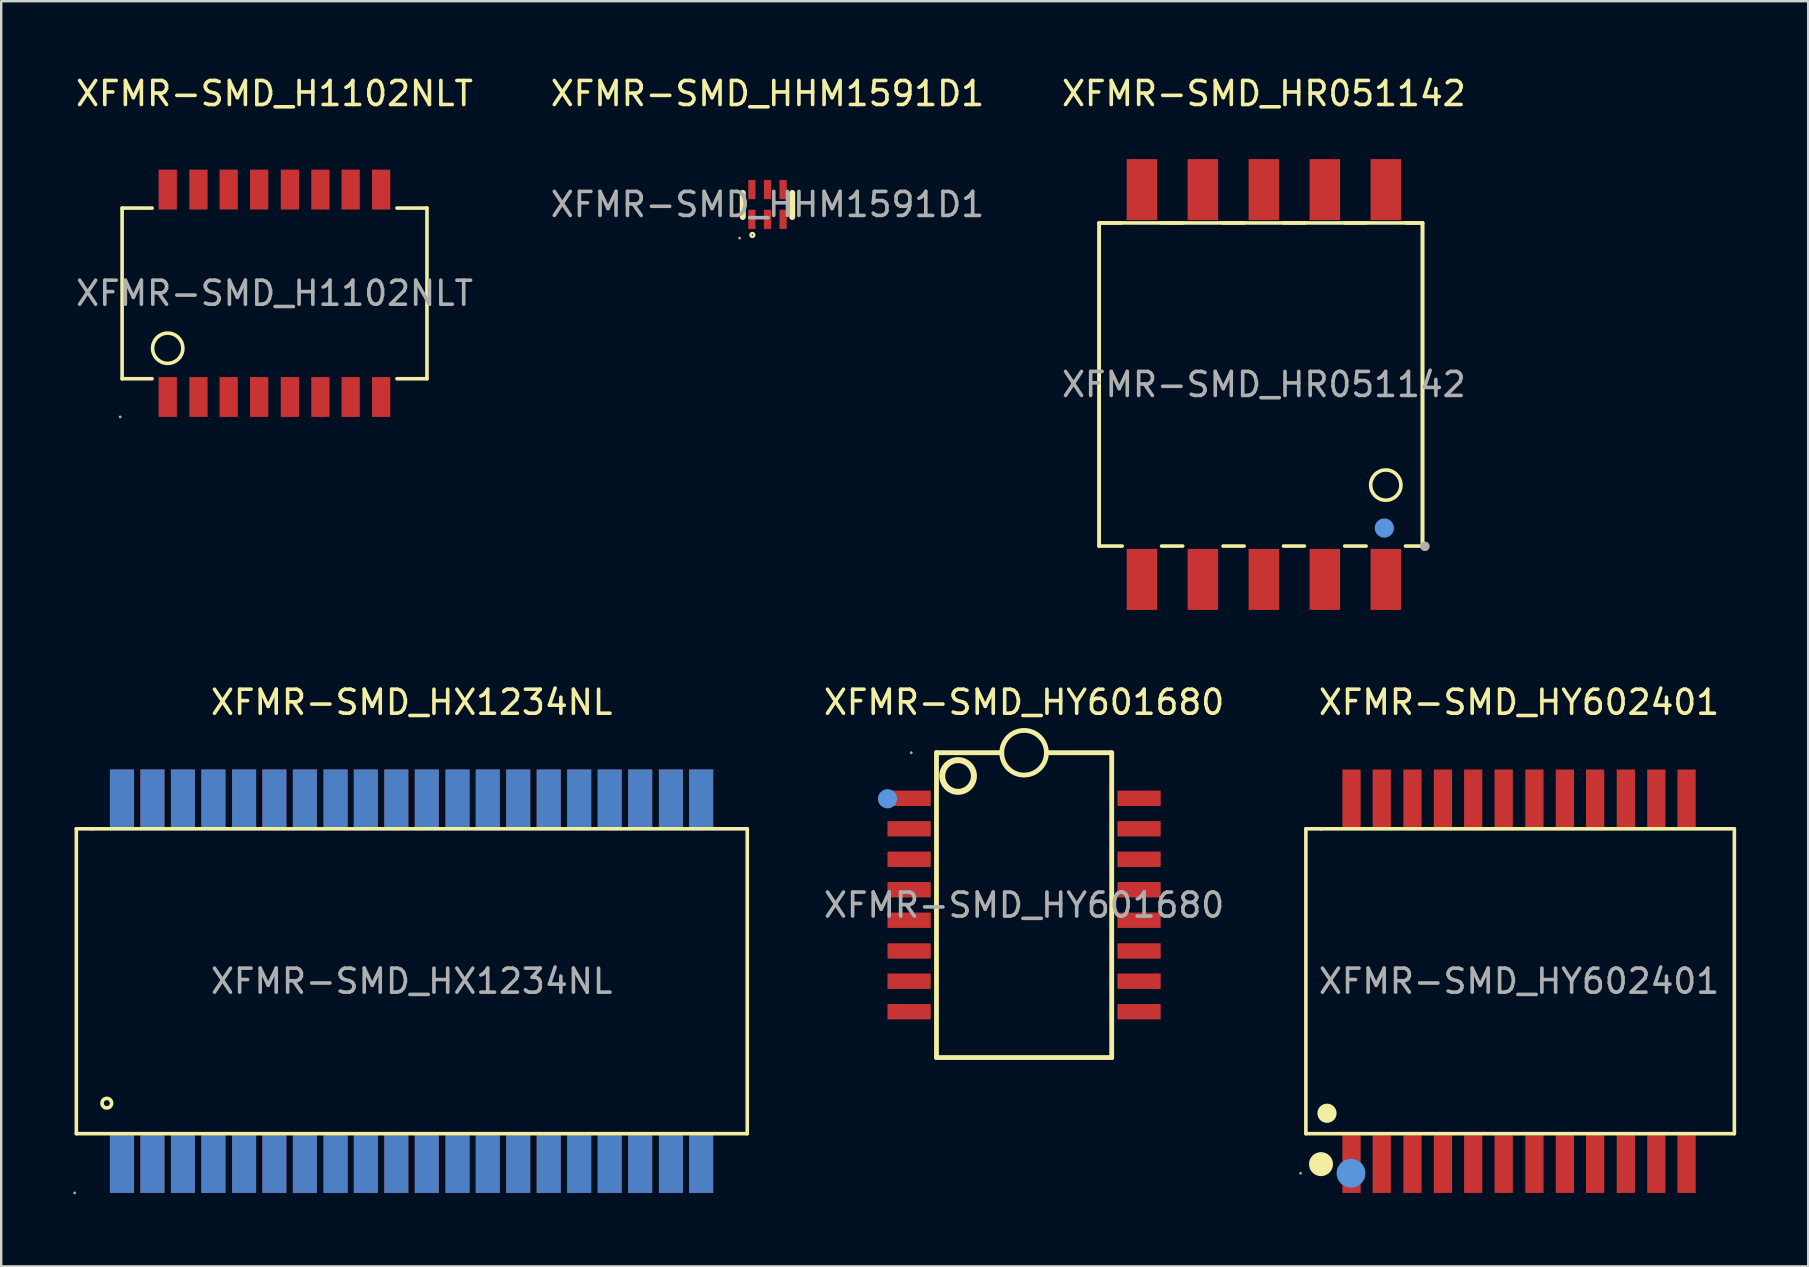
<source format=kicad_pcb>
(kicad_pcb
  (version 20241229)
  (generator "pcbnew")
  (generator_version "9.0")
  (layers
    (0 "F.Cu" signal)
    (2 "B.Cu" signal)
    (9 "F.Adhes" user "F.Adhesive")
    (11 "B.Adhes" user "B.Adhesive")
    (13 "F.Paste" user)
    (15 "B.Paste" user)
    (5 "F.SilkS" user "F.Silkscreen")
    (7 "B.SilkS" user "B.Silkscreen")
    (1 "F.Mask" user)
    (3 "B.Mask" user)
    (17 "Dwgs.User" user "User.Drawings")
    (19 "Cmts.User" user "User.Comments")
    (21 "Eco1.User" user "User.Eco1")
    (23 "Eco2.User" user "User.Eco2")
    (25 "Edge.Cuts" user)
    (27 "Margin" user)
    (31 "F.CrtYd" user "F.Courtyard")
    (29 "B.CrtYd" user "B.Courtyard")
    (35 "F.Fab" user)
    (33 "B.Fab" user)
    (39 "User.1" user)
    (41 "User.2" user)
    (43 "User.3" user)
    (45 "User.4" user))
  (footprint "XFMR-SMD_HX1234NL"
    (layer "F.Cu")
    (at 14.1 37.827)
    (property "Reference" "XFMR-SMD_HX1234NL" (at 0 -11.62 0) (layer "F.SilkS") (effects (font (size 1 1) (thickness 0.15))))
    (attr through_hole)
    (fp_line (start -13.97 -6.35) (end -13.97 6.35) (stroke (width 0.15) (type solid)) (layer "F.SilkS"))
    (fp_line (start -13.97 6.35) (end 13.98 6.35) (stroke (width 0.15) (type solid)) (layer "F.SilkS"))
    (fp_line (start -13.34 -6.35) (end -13.97 -6.35) (stroke (width 0.15) (type solid)) (layer "F.SilkS"))
    (fp_line (start 13.98 -6.35) (end -13.34 -6.35) (stroke (width 0.15) (type solid)) (layer "F.SilkS"))
    (fp_line (start 13.98 6.35) (end 13.98 -6.35) (stroke (width 0.15) (type solid)) (layer "F.SilkS"))
    (fp_circle (center -12.7 5.08) (end -12.5 5.08) (stroke (width 0.15) (type solid)) (fill no) (layer "F.SilkS"))
    (fp_circle (center -14.04 8.82) (end -14.01 8.82) (stroke (width 0.06) (type solid)) (fill no) (layer "F.Fab"))
    (fp_text user "${REFERENCE}" (at 0 0 0) (layer "F.Fab") (effects (font (size 1 1) (thickness 0.15))))
    (pad "1" thru_hole rect (at -12.07 7.62 180) (size 1 2.4) (drill 0.001) (layers "F.Cu" "F.Mask" "F.Paste"))
    (pad "2" thru_hole rect (at -10.8 7.62 180) (size 1 2.4) (drill 0.001) (layers "F.Cu" "F.Mask" "F.Paste"))
    (pad "3" thru_hole rect (at -9.53 7.62 180) (size 1 2.4) (drill 0.001) (layers "F.Cu" "F.Mask" "F.Paste"))
    (pad "4" thru_hole rect (at -8.26 7.62 180) (size 1 2.4) (drill 0.001) (layers "F.Cu" "F.Mask" "F.Paste"))
    (pad "5" thru_hole rect (at -6.98 7.62 180) (size 1 2.4) (drill 0.001) (layers "F.Cu" "F.Mask" "F.Paste"))
    (pad "6" thru_hole rect (at -5.72 7.62 180) (size 1 2.4) (drill 0.001) (layers "F.Cu" "F.Mask" "F.Paste"))
    (pad "7" thru_hole rect (at -4.45 7.62 180) (size 1 2.4) (drill 0.001) (layers "F.Cu" "F.Mask" "F.Paste"))
    (pad "8" thru_hole rect (at -3.17 7.62 180) (size 1 2.4) (drill 0.001) (layers "F.Cu" "F.Mask" "F.Paste"))
    (pad "9" thru_hole rect (at -1.91 7.62 180) (size 1 2.4) (drill 0.001) (layers "F.Cu" "F.Mask" "F.Paste"))
    (pad "10" thru_hole rect (at -0.64 7.62 180) (size 1 2.4) (drill 0.001) (layers "F.Cu" "F.Mask" "F.Paste"))
    (pad "11" thru_hole rect (at 0.63 7.62 180) (size 1 2.4) (drill 0.001) (layers "F.Cu" "F.Mask" "F.Paste"))
    (pad "12" thru_hole rect (at 1.91 7.62 180) (size 1 2.4) (drill 0.001) (layers "F.Cu" "F.Mask" "F.Paste"))
    (pad "13" thru_hole rect (at 3.17 7.62 180) (size 1 2.4) (drill 0.001) (layers "F.Cu" "F.Mask" "F.Paste"))
    (pad "14" thru_hole rect (at 4.44 7.62 180) (size 1 2.4) (drill 0.001) (layers "F.Cu" "F.Mask" "F.Paste"))
    (pad "15" thru_hole rect (at 5.71 7.62 180) (size 1 2.4) (drill 0.001) (layers "F.Cu" "F.Mask" "F.Paste"))
    (pad "16" thru_hole rect (at 6.98 7.62 180) (size 1 2.4) (drill 0.001) (layers "F.Cu" "F.Mask" "F.Paste"))
    (pad "17" thru_hole rect (at 8.25 7.62 180) (size 1 2.4) (drill 0.001) (layers "F.Cu" "F.Mask" "F.Paste"))
    (pad "18" thru_hole rect (at 9.52 7.62 180) (size 1 2.4) (drill 0.001) (layers "F.Cu" "F.Mask" "F.Paste"))
    (pad "19" thru_hole rect (at 10.8 7.62 180) (size 1 2.4) (drill 0.001) (layers "F.Cu" "F.Mask" "F.Paste"))
    (pad "20" thru_hole rect (at 12.06 7.62 180) (size 1 2.4) (drill 0.001) (layers "F.Cu" "F.Mask" "F.Paste"))
    (pad "21" thru_hole rect (at 12.06 -7.62 180) (size 1 2.4) (drill 0.001) (layers "F.Cu" "F.Mask" "F.Paste"))
    (pad "22" thru_hole rect (at 10.8 -7.62 180) (size 1 2.4) (drill 0.001) (layers "F.Cu" "F.Mask" "F.Paste"))
    (pad "23" thru_hole rect (at 9.52 -7.62 180) (size 1 2.4) (drill 0.001) (layers "F.Cu" "F.Mask" "F.Paste"))
    (pad "24" thru_hole rect (at 8.25 -7.62 180) (size 1 2.4) (drill 0.001) (layers "F.Cu" "F.Mask" "F.Paste"))
    (pad "25" thru_hole rect (at 6.98 -7.62 180) (size 1 2.4) (drill 0.001) (layers "F.Cu" "F.Mask" "F.Paste"))
    (pad "26" thru_hole rect (at 5.71 -7.62 180) (size 1 2.4) (drill 0.001) (layers "F.Cu" "F.Mask" "F.Paste"))
    (pad "27" thru_hole rect (at 4.44 -7.62 180) (size 1 2.4) (drill 0.001) (layers "F.Cu" "F.Mask" "F.Paste"))
    (pad "28" thru_hole rect (at 3.17 -7.62 180) (size 1 2.4) (drill 0.001) (layers "F.Cu" "F.Mask" "F.Paste"))
    (pad "29" thru_hole rect (at 1.91 -7.62 180) (size 1 2.4) (drill 0.001) (layers "F.Cu" "F.Mask" "F.Paste"))
    (pad "30" thru_hole rect (at 0.63 -7.62 180) (size 1 2.4) (drill 0.001) (layers "F.Cu" "F.Mask" "F.Paste"))
    (pad "31" thru_hole rect (at -0.64 -7.62 180) (size 1 2.4) (drill 0.001) (layers "F.Cu" "F.Mask" "F.Paste"))
    (pad "32" thru_hole rect (at -1.91 -7.62 180) (size 1 2.4) (drill 0.001) (layers "F.Cu" "F.Mask" "F.Paste"))
    (pad "33" thru_hole rect (at -3.17 -7.62 180) (size 1 2.4) (drill 0.001) (layers "F.Cu" "F.Mask" "F.Paste"))
    (pad "34" thru_hole rect (at -4.45 -7.62 180) (size 1 2.4) (drill 0.001) (layers "F.Cu" "F.Mask" "F.Paste"))
    (pad "35" thru_hole rect (at -5.72 -7.62 180) (size 1 2.4) (drill 0.001) (layers "F.Cu" "F.Mask" "F.Paste"))
    (pad "36" thru_hole rect (at -6.98 -7.62 180) (size 1 2.4) (drill 0.001) (layers "F.Cu" "F.Mask" "F.Paste"))
    (pad "37" thru_hole rect (at -8.26 -7.62 180) (size 1 2.4) (drill 0.001) (layers "F.Cu" "F.Mask" "F.Paste"))
    (pad "38" thru_hole rect (at -9.53 -7.62 180) (size 1 2.4) (drill 0.001) (layers "F.Cu" "F.Mask" "F.Paste"))
    (pad "39" thru_hole rect (at -10.8 -7.62 180) (size 1 2.4) (drill 0.001) (layers "F.Cu" "F.Mask" "F.Paste"))
    (pad "40" thru_hole rect (at -12.07 -7.62 180) (size 1 2.4) (drill 0.001) (layers "F.Cu" "F.Mask" "F.Paste")))
  (footprint "XFMR-SMD_H1102NLT"
    (layer "F.Cu")
    (at 8.387 9.168)
    (property "Reference" "XFMR-SMD_H1102NLT" (at 0 -8.32 0) (layer "F.SilkS") (effects (font (size 1 1) (thickness 0.15))))
    (attr through_hole)
    (fp_line (start -6.35 3.56) (end -6.35 -3.55) (stroke (width 0.15) (type solid)) (layer "F.SilkS"))
    (fp_line (start -5.1 -3.55) (end -6.35 -3.55) (stroke (width 0.15) (type solid)) (layer "F.SilkS"))
    (fp_line (start -5.1 3.56) (end -6.35 3.56) (stroke (width 0.15) (type solid)) (layer "F.SilkS"))
    (fp_line (start 6.35 -3.55) (end 5.1 -3.55) (stroke (width 0.15) (type solid)) (layer "F.SilkS"))
    (fp_line (start 6.35 3.56) (end 5.1 3.56) (stroke (width 0.15) (type solid)) (layer "F.SilkS"))
    (fp_line (start 6.35 3.56) (end 6.35 -3.55) (stroke (width 0.15) (type solid)) (layer "F.SilkS"))
    (fp_circle (center -4.45 2.29) (end -3.82 2.29) (stroke (width 0.15) (type solid)) (fill no) (layer "F.SilkS"))
    (fp_circle (center -6.43 5.15) (end -6.4 5.15) (stroke (width 0.06) (type solid)) (fill no) (layer "F.Fab"))
    (fp_text user "${REFERENCE}" (at 0 0 0) (layer "F.Fab") (effects (font (size 1 1) (thickness 0.15))))
    (pad "1" smd rect (at -4.45 4.32 180) (size 0.76 1.66) (layers "F.Cu" "F.Mask" "F.Paste"))
    (pad "2" smd rect (at -3.17 4.32 180) (size 0.76 1.66) (layers "F.Cu" "F.Mask" "F.Paste"))
    (pad "3" smd rect (at -1.91 4.32 180) (size 0.76 1.66) (layers "F.Cu" "F.Mask" "F.Paste"))
    (pad "4" smd rect (at -0.64 4.32 180) (size 0.76 1.66) (layers "F.Cu" "F.Mask" "F.Paste"))
    (pad "5" smd rect (at 0.64 4.32 180) (size 0.76 1.66) (layers "F.Cu" "F.Mask" "F.Paste"))
    (pad "6" smd rect (at 1.91 4.32 180) (size 0.76 1.66) (layers "F.Cu" "F.Mask" "F.Paste"))
    (pad "7" smd rect (at 3.17 4.32 180) (size 0.76 1.66) (layers "F.Cu" "F.Mask" "F.Paste"))
    (pad "8" smd rect (at 4.44 4.32 180) (size 0.76 1.66) (layers "F.Cu" "F.Mask" "F.Paste"))
    (pad "9" smd rect (at 4.44 -4.32 180) (size 0.76 1.66) (layers "F.Cu" "F.Mask" "F.Paste"))
    (pad "10" smd rect (at 3.17 -4.32 180) (size 0.76 1.66) (layers "F.Cu" "F.Mask" "F.Paste"))
    (pad "11" smd rect (at 1.91 -4.32 180) (size 0.76 1.66) (layers "F.Cu" "F.Mask" "F.Paste"))
    (pad "12" smd rect (at 0.64 -4.32 180) (size 0.76 1.66) (layers "F.Cu" "F.Mask" "F.Paste"))
    (pad "13" smd rect (at -0.64 -4.32 180) (size 0.76 1.66) (layers "F.Cu" "F.Mask" "F.Paste"))
    (pad "14" smd rect (at -1.91 -4.32 180) (size 0.76 1.66) (layers "F.Cu" "F.Mask" "F.Paste"))
    (pad "15" smd rect (at -3.17 -4.32 180) (size 0.76 1.66) (layers "F.Cu" "F.Mask" "F.Paste"))
    (pad "16" smd rect (at -4.45 -4.32 180) (size 0.76 1.66) (layers "F.Cu" "F.Mask" "F.Paste")))
  (footprint "XFMR-SMD_HY601680"
    (layer "F.Cu")
    (at 39.613 34.657)
    (property "Reference" "XFMR-SMD_HY601680" (at 0 -8.45 0) (layer "F.SilkS") (effects (font (size 1 1) (thickness 0.15))))
    (attr through_hole)
    (fp_line (start -3.65 -6.35) (end -0.93 -6.35) (stroke (width 0.2) (type solid)) (layer "F.SilkS"))
    (fp_line (start -3.65 6.35) (end -3.65 -6.35) (stroke (width 0.2) (type solid)) (layer "F.SilkS"))
    (fp_line (start 0.93 -6.35) (end 3.65 -6.35) (stroke (width 0.2) (type solid)) (layer "F.SilkS"))
    (fp_line (start 3.65 -6.35) (end 3.65 6.35) (stroke (width 0.2) (type solid)) (layer "F.SilkS"))
    (fp_line (start 3.65 6.35) (end -3.65 6.35) (stroke (width 0.2) (type solid)) (layer "F.SilkS"))
    (fp_arc (start -2.09 -5.37) (mid -3.410076 -5.379977) (end -2.090001 -5.390045) (stroke (width 0.25) (type solid)) (layer "F.SilkS"))
    (fp_arc (start 0.929858 -6.333769) (mid -0.929964 -6.358116) (end 0.93 -6.35) (stroke (width 0.2) (type solid)) (layer "F.SilkS"))
    (fp_circle (center -5.69 -4.43) (end -5.49 -4.43) (stroke (width 0.4) (type solid)) (fill no) (layer "Cmts.User"))
    (fp_circle (center -4.7 -6.35) (end -4.67 -6.35) (stroke (width 0.06) (type solid)) (fill no) (layer "F.Fab"))
    (fp_text user "${REFERENCE}" (at 0 0 0) (layer "F.Fab") (effects (font (size 1 1) (thickness 0.15))))
    (pad "1" smd rect (at -4.79 -4.45 270) (size 0.64 1.8) (layers "F.Cu" "F.Mask" "F.Paste"))
    (pad "2" smd rect (at -4.79 -3.18 270) (size 0.64 1.8) (layers "F.Cu" "F.Mask" "F.Paste"))
    (pad "3" smd rect (at -4.79 -1.91 270) (size 0.64 1.8) (layers "F.Cu" "F.Mask" "F.Paste"))
    (pad "4" smd rect (at -4.79 -0.64 270) (size 0.64 1.8) (layers "F.Cu" "F.Mask" "F.Paste"))
    (pad "5" smd rect (at -4.79 0.63 270) (size 0.64 1.8) (layers "F.Cu" "F.Mask" "F.Paste"))
    (pad "6" smd rect (at -4.79 1.91 270) (size 0.64 1.8) (layers "F.Cu" "F.Mask" "F.Paste"))
    (pad "7" smd rect (at -4.79 3.17 270) (size 0.64 1.8) (layers "F.Cu" "F.Mask" "F.Paste"))
    (pad "8" smd rect (at -4.79 4.44 270) (size 0.64 1.8) (layers "F.Cu" "F.Mask" "F.Paste"))
    (pad "9" smd rect (at 4.79 4.44 270) (size 0.64 1.8) (layers "F.Cu" "F.Mask" "F.Paste"))
    (pad "10" smd rect (at 4.79 3.17 270) (size 0.64 1.8) (layers "F.Cu" "F.Mask" "F.Paste"))
    (pad "11" smd rect (at 4.79 1.91 270) (size 0.64 1.8) (layers "F.Cu" "F.Mask" "F.Paste"))
    (pad "12" smd rect (at 4.79 0.63 270) (size 0.64 1.8) (layers "F.Cu" "F.Mask" "F.Paste"))
    (pad "13" smd rect (at 4.79 -0.64 270) (size 0.64 1.8) (layers "F.Cu" "F.Mask" "F.Paste"))
    (pad "14" smd rect (at 4.79 -1.91 270) (size 0.64 1.8) (layers "F.Cu" "F.Mask" "F.Paste"))
    (pad "15" smd rect (at 4.79 -3.18 270) (size 0.64 1.8) (layers "F.Cu" "F.Mask" "F.Paste"))
    (pad "16" smd rect (at 4.79 -4.45 270) (size 0.64 1.8) (layers "F.Cu" "F.Mask" "F.Paste")))
  (footprint "XFMR-SMD_HY602401"
    (layer "F.Cu")
    (at 60.232 37.827)
    (property "Reference" "XFMR-SMD_HY602401" (at 0 -11.62 0) (layer "F.SilkS") (effects (font (size 1 1) (thickness 0.15))))
    (attr through_hole)
    (fp_line (start -8.88 -6.35) (end -8.88 6.35) (stroke (width 0.15) (type solid)) (layer "F.SilkS"))
    (fp_line (start -8.88 6.35) (end 8.97 6.35) (stroke (width 0.15) (type solid)) (layer "F.SilkS"))
    (fp_line (start -8.25 -6.35) (end -8.88 -6.35) (stroke (width 0.15) (type solid)) (layer "F.SilkS"))
    (fp_line (start 8.97 -6.35) (end -8.25 -6.35) (stroke (width 0.15) (type solid)) (layer "F.SilkS"))
    (fp_line (start 8.97 6.35) (end 8.97 -6.35) (stroke (width 0.15) (type solid)) (layer "F.SilkS"))
    (fp_circle (center -8.25 7.62) (end -8 7.62) (stroke (width 0.5) (type solid)) (fill no) (layer "F.SilkS"))
    (fp_circle (center -8 5.5) (end -7.8 5.5) (stroke (width 0.4) (type solid)) (fill no) (layer "F.SilkS"))
    (fp_circle (center -7 8) (end -6.7 8) (stroke (width 0.6) (type solid)) (fill no) (layer "Cmts.User"))
    (fp_circle (center -9.1 8) (end -9.07 8) (stroke (width 0.06) (type solid)) (fill no) (layer "F.Fab"))
    (fp_text user "${REFERENCE}" (at 0 0 0) (layer "F.Fab") (effects (font (size 1 1) (thickness 0.15))))
    (pad "1" smd rect (at -6.98 7.62 180) (size 0.76 2.4) (layers "F.Cu" "F.Mask" "F.Paste"))
    (pad "2" smd rect (at -5.72 7.62 180) (size 0.76 2.4) (layers "F.Cu" "F.Mask" "F.Paste"))
    (pad "3" smd rect (at -4.44 7.62 180) (size 0.76 2.4) (layers "F.Cu" "F.Mask" "F.Paste"))
    (pad "4" smd rect (at -3.17 7.62 180) (size 0.76 2.4) (layers "F.Cu" "F.Mask" "F.Paste"))
    (pad "5" smd rect (at -1.91 7.62 180) (size 0.76 2.4) (layers "F.Cu" "F.Mask" "F.Paste"))
    (pad "6" smd rect (at -0.64 7.62 180) (size 0.76 2.4) (layers "F.Cu" "F.Mask" "F.Paste"))
    (pad "7" smd rect (at 0.64 7.62 180) (size 0.76 2.4) (layers "F.Cu" "F.Mask" "F.Paste"))
    (pad "8" smd rect (at 1.91 7.62 180) (size 0.76 2.4) (layers "F.Cu" "F.Mask" "F.Paste"))
    (pad "9" smd rect (at 3.17 7.62 180) (size 0.76 2.4) (layers "F.Cu" "F.Mask" "F.Paste"))
    (pad "10" smd rect (at 4.45 7.62 180) (size 0.76 2.4) (layers "F.Cu" "F.Mask" "F.Paste"))
    (pad "11" smd rect (at 5.72 7.62 180) (size 0.76 2.4) (layers "F.Cu" "F.Mask" "F.Paste"))
    (pad "12" smd rect (at 6.98 7.62 180) (size 0.76 2.4) (layers "F.Cu" "F.Mask" "F.Paste"))
    (pad "13" smd rect (at 6.98 -7.62) (size 0.76 2.4) (layers "F.Cu" "F.Mask" "F.Paste"))
    (pad "14" smd rect (at 5.72 -7.62) (size 0.76 2.4) (layers "F.Cu" "F.Mask" "F.Paste"))
    (pad "15" smd rect (at 4.45 -7.62) (size 0.76 2.4) (layers "F.Cu" "F.Mask" "F.Paste"))
    (pad "16" smd rect (at 3.17 -7.62) (size 0.76 2.4) (layers "F.Cu" "F.Mask" "F.Paste"))
    (pad "17" smd rect (at 1.91 -7.62) (size 0.76 2.4) (layers "F.Cu" "F.Mask" "F.Paste"))
    (pad "18" smd rect (at 0.64 -7.62) (size 0.76 2.4) (layers "F.Cu" "F.Mask" "F.Paste"))
    (pad "19" smd rect (at -0.64 -7.62) (size 0.76 2.4) (layers "F.Cu" "F.Mask" "F.Paste"))
    (pad "20" smd rect (at -1.91 -7.62) (size 0.76 2.4) (layers "F.Cu" "F.Mask" "F.Paste"))
    (pad "21" smd rect (at -3.17 -7.62 180) (size 0.76 2.4) (layers "F.Cu" "F.Mask" "F.Paste"))
    (pad "22" smd rect (at -4.44 -7.62 180) (size 0.76 2.4) (layers "F.Cu" "F.Mask" "F.Paste"))
    (pad "23" smd rect (at -5.72 -7.62 180) (size 0.76 2.4) (layers "F.Cu" "F.Mask" "F.Paste"))
    (pad "24" smd rect (at -6.98 -7.62 180) (size 0.76 2.4) (layers "F.Cu" "F.Mask" "F.Paste")))
  (footprint "XFMR-SMD_HHM1591D1"
    (layer "F.Cu")
    (at 28.923 5.468)
    (property "Reference" "XFMR-SMD_HHM1591D1" (at 0 -4.62 0) (layer "F.SilkS") (effects (font (size 1 1) (thickness 0.15))))
    (attr through_hole)
    (fp_line (start -1.03 -0.48) (end -1.03 0.52) (stroke (width 0.25) (type solid)) (layer "F.SilkS"))
    (fp_line (start 1.03 -0.48) (end 1.03 0.52) (stroke (width 0.25) (type solid)) (layer "F.SilkS"))
    (fp_circle (center -0.63 1.27) (end -0.55 1.27) (stroke (width 0.1) (type solid)) (fill no) (layer "F.SilkS"))
    (fp_circle (center -1.16 1.4) (end -1.13 1.4) (stroke (width 0.06) (type solid)) (fill no) (layer "F.Fab"))
    (fp_text user "${REFERENCE}" (at 0 0 0) (layer "F.Fab") (effects (font (size 1 1) (thickness 0.15))))
    (pad "1" smd rect (at -0.65 0.62) (size 0.3 0.8) (layers "F.Cu" "F.Mask" "F.Paste"))
    (pad "2" smd rect (at 0 0.62) (size 0.3 0.8) (layers "F.Cu" "F.Mask" "F.Paste"))
    (pad "3" smd rect (at 0.65 0.62) (size 0.3 0.8) (layers "F.Cu" "F.Mask" "F.Paste"))
    (pad "4" smd rect (at 0.65 -0.62) (size 0.3 0.8) (layers "F.Cu" "F.Mask" "F.Paste"))
    (pad "5" smd rect (at 0 -0.62) (size 0.3 0.8) (layers "F.Cu" "F.Mask" "F.Paste"))
    (pad "6" smd rect (at -0.65 -0.62) (size 0.3 0.8) (layers "F.Cu" "F.Mask" "F.Paste")))
  (footprint "XFMR-SMD_HR051142"
    (layer "F.Cu")
    (at 49.601 12.968)
    (property "Reference" "XFMR-SMD_HR051142" (at 0 -12.12 0) (layer "F.SilkS") (effects (font (size 1 1) (thickness 0.15))))
    (attr through_hole)
    (fp_line (start -6.86 -6.73) (end -6.86 6.73) (stroke (width 0.15) (type solid)) (layer "F.SilkS"))
    (fp_line (start -6.86 -6.73) (end 6.61 -6.73) (stroke (width 0.15) (type solid)) (layer "F.SilkS"))
    (fp_line (start -6.86 6.73) (end -6.86 -6.73) (stroke (width 0.15) (type solid)) (layer "F.SilkS"))
    (fp_line (start -6.86 6.73) (end -5.9 6.73) (stroke (width 0.15) (type solid)) (layer "F.SilkS"))
    (fp_line (start -5.93 -6.73) (end -6.86 -6.73) (stroke (width 0.15) (type solid)) (layer "F.SilkS"))
    (fp_line (start -4.26 -6.73) (end -3.36 -6.73) (stroke (width 0.15) (type solid)) (layer "F.SilkS"))
    (fp_line (start -4.26 6.73) (end -3.38 6.73) (stroke (width 0.15) (type solid)) (layer "F.SilkS"))
    (fp_line (start -1.7 6.73) (end -0.82 6.73) (stroke (width 0.15) (type solid)) (layer "F.SilkS"))
    (fp_line (start -0.83 -6.73) (end -1.72 -6.73) (stroke (width 0.15) (type solid)) (layer "F.SilkS"))
    (fp_line (start 0.82 6.73) (end 1.69 6.73) (stroke (width 0.15) (type solid)) (layer "F.SilkS"))
    (fp_line (start 1.72 -6.73) (end 0.82 -6.73) (stroke (width 0.15) (type solid)) (layer "F.SilkS"))
    (fp_line (start 3.37 6.73) (end 4.26 6.73) (stroke (width 0.15) (type solid)) (layer "F.SilkS"))
    (fp_line (start 4.27 -6.73) (end 3.36 -6.73) (stroke (width 0.15) (type solid)) (layer "F.SilkS"))
    (fp_line (start 5.9 6.73) (end 6.61 6.73) (stroke (width 0.15) (type solid)) (layer "F.SilkS"))
    (fp_line (start 6.61 -6.73) (end 5.91 -6.73) (stroke (width 0.15) (type solid)) (layer "F.SilkS"))
    (fp_line (start 6.61 6.73) (end 6.61 -6.73) (stroke (width 0.15) (type solid)) (layer "F.SilkS"))
    (fp_line (start 6.61 6.73) (end 6.61 -6.73) (stroke (width 0.15) (type solid)) (layer "F.SilkS"))
    (fp_circle (center 5.08 4.19) (end 5.71 4.19) (stroke (width 0.15) (type solid)) (fill no) (layer "F.SilkS"))
    (fp_circle (center 5.02 5.98) (end 5.22 5.98) (stroke (width 0.4) (type solid)) (fill no) (layer "Cmts.User"))
    (fp_circle (center 6.71 6.74) (end 6.81 6.74) (stroke (width 0.2) (type solid)) (fill no) (layer "F.Fab"))
    (fp_text user "${REFERENCE}" (at 0 0 0) (layer "F.Fab") (effects (font (size 1 1) (thickness 0.15))))
    (pad "1" smd rect (at 5.08 8.12 180) (size 1.27 2.54) (layers "F.Cu" "F.Mask" "F.Paste"))
    (pad "2" smd rect (at 2.54 8.12 180) (size 1.27 2.54) (layers "F.Cu" "F.Mask" "F.Paste"))
    (pad "3" smd rect (at 0 8.12 180) (size 1.27 2.54) (layers "F.Cu" "F.Mask" "F.Paste"))
    (pad "4" smd rect (at -2.54 8.12 180) (size 1.27 2.54) (layers "F.Cu" "F.Mask" "F.Paste"))
    (pad "5" smd rect (at -5.08 8.12 180) (size 1.27 2.54) (layers "F.Cu" "F.Mask" "F.Paste"))
    (pad "6" smd rect (at -5.08 -8.12 180) (size 1.27 2.54) (layers "F.Cu" "F.Mask" "F.Paste"))
    (pad "7" smd rect (at -2.54 -8.12 180) (size 1.27 2.54) (layers "F.Cu" "F.Mask" "F.Paste"))
    (pad "8" smd rect (at 0 -8.12 180) (size 1.27 2.54) (layers "F.Cu" "F.Mask" "F.Paste"))
    (pad "9" smd rect (at 2.54 -8.12 180) (size 1.27 2.54) (layers "F.Cu" "F.Mask" "F.Paste"))
    (pad "10" smd rect (at 5.08 -8.12 180) (size 1.27 2.54) (layers "F.Cu" "F.Mask" "F.Paste")))
  (gr_rect
    (start -3 -3)
    (end 72.277 49.706)
    (stroke (width 0.1) (type default))
    (fill no)
    (layer "Edge.Cuts")))
</source>
